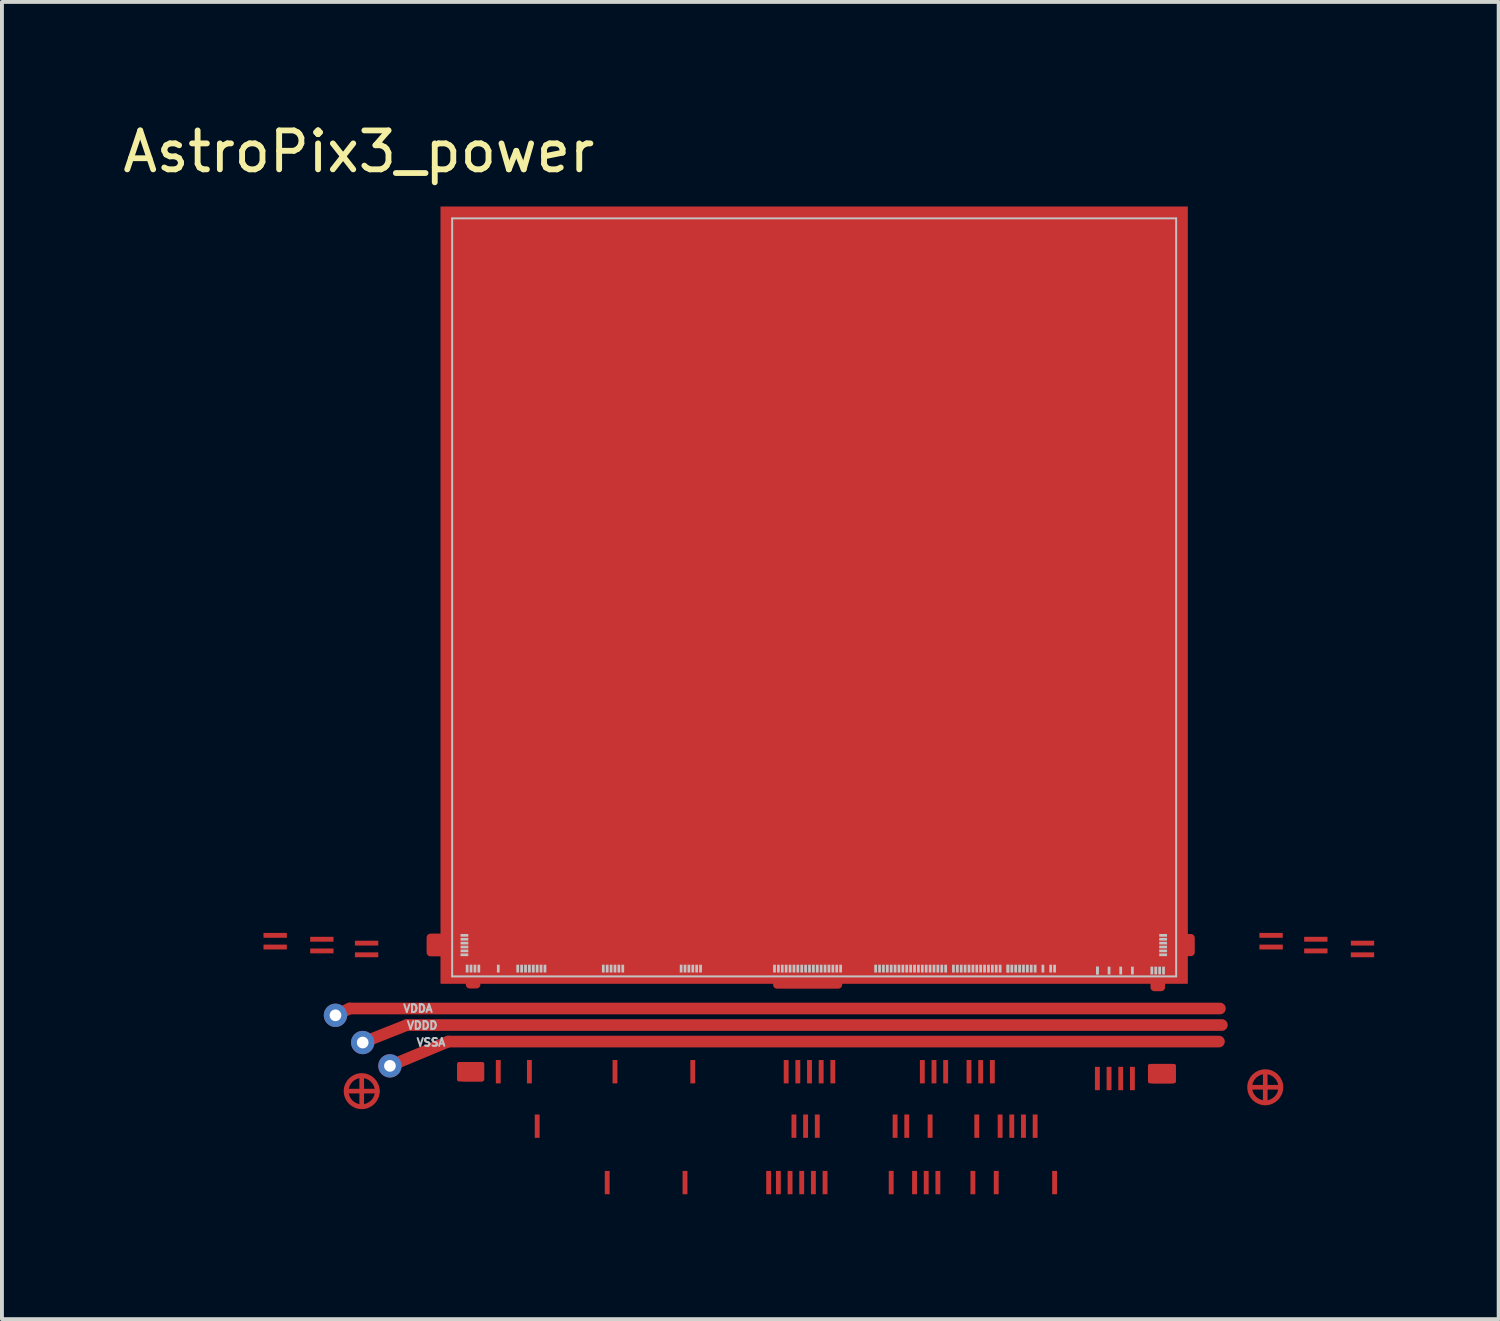
<source format=kicad_pcb>
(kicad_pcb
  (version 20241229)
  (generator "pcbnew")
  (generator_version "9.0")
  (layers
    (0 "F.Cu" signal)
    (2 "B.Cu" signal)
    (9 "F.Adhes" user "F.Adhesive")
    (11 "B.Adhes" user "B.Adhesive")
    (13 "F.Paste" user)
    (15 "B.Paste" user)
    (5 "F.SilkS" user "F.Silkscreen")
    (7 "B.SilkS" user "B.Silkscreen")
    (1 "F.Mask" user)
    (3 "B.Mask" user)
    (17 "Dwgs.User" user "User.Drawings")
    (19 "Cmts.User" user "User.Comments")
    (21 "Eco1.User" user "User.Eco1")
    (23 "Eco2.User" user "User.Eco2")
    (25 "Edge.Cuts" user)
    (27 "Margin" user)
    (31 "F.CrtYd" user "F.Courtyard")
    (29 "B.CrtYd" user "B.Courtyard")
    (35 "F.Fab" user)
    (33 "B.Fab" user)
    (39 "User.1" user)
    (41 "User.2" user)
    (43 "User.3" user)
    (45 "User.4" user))
  (footprint "AstroPix3_power"
    (layer "F.Cu")
    (at 8.573 22.048)
    (property "Reference" "AstroPix3_power" (at -2.4 -21.2 0) (layer "F.SilkS") (effects (font (size 1 1) (thickness 0.15))))
    (attr smd)
    (fp_line (start -3 1) (end -2.635 0.825) (stroke (width 0.3) (type solid)) (layer "F.Cu"))
    (fp_line (start -2.675 2.95) (end -1.925 2.95) (stroke (width 0.12) (type solid)) (layer "F.Cu"))
    (fp_line (start -2.635 0.825) (end 19.735 0.825) (stroke (width 0.3) (type solid)) (layer "F.Cu"))
    (fp_line (start -2.325 2.6) (end -2.325 3.35) (stroke (width 0.12) (type solid)) (layer "F.Cu"))
    (fp_line (start -2.3 1.7) (end -1.165 1.25) (stroke (width 0.3) (type solid)) (layer "F.Cu"))
    (fp_line (start -1.6 2.3) (end -0.1 1.675) (stroke (width 0.3) (type solid)) (layer "F.Cu"))
    (fp_line (start -1.165 1.25) (end 19.785 1.25) (stroke (width 0.3) (type solid)) (layer "F.Cu"))
    (fp_line (start -0.1 1.675) (end 19.71 1.675) (stroke (width 0.3) (type solid)) (layer "F.Cu"))
    (fp_line (start 11.225 -12.5) (end 11.975 -12.5) (stroke (width 0.12) (type solid)) (layer "F.Cu"))
    (fp_line (start 11.575 -12.85) (end 11.575 -12.1) (stroke (width 0.12) (type solid)) (layer "F.Cu"))
    (fp_line (start 20.55 2.85) (end 21.3 2.85) (stroke (width 0.12) (type solid)) (layer "F.Cu"))
    (fp_line (start 20.9 2.5) (end 20.9 3.25) (stroke (width 0.12) (type solid)) (layer "F.Cu"))
    (fp_rect (start -0.557 -1) (end -0.263 -0.615) (stroke (width 0.2) (type solid)) (fill yes) (layer "F.Cu"))
    (fp_rect (start 0.45 -0.115) (end 0.625 0.21) (stroke (width 0.2) (type solid)) (fill yes) (layer "F.Cu"))
    (fp_rect (start 8.35 -0.17) (end 9.925 0.215) (stroke (width 0.2) (type solid)) (fill yes) (layer "F.Cu"))
    (fp_rect (start 18.225 -0.105) (end 18.05 0.28) (stroke (width 0.2) (type solid)) (fill yes) (layer "F.Cu"))
    (fp_rect (start 18.988 -0.99) (end 18.262 -0.62) (stroke (width 0.2) (type solid)) (fill yes) (layer "F.Cu"))
    (fp_circle (center -2.325 2.95) (end -1.925 2.95) (stroke (width 0.125) (type solid)) (fill no) (layer "F.Cu"))
    (fp_circle (center 11.575 -12.5) (end 11.975 -12.5) (stroke (width 0.125) (type solid)) (fill no) (layer "F.Cu"))
    (fp_circle (center 20.9 2.85) (end 21.3 2.85) (stroke (width 0.125) (type solid)) (fill no) (layer "F.Cu"))
    (fp_poly (pts (xy 0.775 2.65) (xy 0.175 2.65) (xy 0.175 2.25) (xy 0.775 2.25)) (stroke (width 0.1) (type solid)) (fill yes) (layer "F.Cu"))
    (fp_poly (pts (xy 18.555 2.7) (xy 17.935 2.7) (xy 17.935 2.3) (xy 18.555 2.3)) (stroke (width 0.1) (type solid)) (fill yes) (layer "F.Cu"))
    (fp_rect (start 1.585 3.35) (end 15.34 4.35) (stroke (width 0.12) (type solid)) (fill yes) (layer "F.Mask"))
    (fp_rect (start 1.595 4.75) (end 15.76 5.75) (stroke (width 0.12) (type solid)) (fill yes) (layer "F.Mask"))
    (fp_circle (center -2.325 2.95) (end -1.95 2.95) (stroke (width 0.2) (type solid)) (fill yes) (layer "F.Mask"))
    (fp_circle (center 11.575 -12.5) (end 11.95 -12.5) (stroke (width 0.2) (type solid)) (fill no) (layer "F.Mask"))
    (fp_circle (center 20.9 2.85) (end 21.275 2.85) (stroke (width 0.2) (type solid)) (fill yes) (layer "F.Mask"))
    (fp_poly (pts (xy -1.8 -0.3) (xy -5 -0.3) (xy -5 -1.15) (xy -1.8 -1.15)) (stroke (width 0.1) (type solid)) (fill yes) (layer "F.Mask"))
    (fp_poly (pts (xy 19.85 2.9) (xy -1.15 2.9) (xy -1.15 -20.5) (xy 19.85 -20.5)) (stroke (width 0.1) (type solid)) (fill yes) (layer "F.Mask"))
    (fp_poly (pts (xy 23.85 -0.4) (xy 20.65 -0.4) (xy 20.65 -1.25) (xy 23.85 -1.25)) (stroke (width 0.1) (type solid)) (fill yes) (layer "F.Mask"))
    (fp_poly (pts (xy 11.8 -12.8) (xy 11.95 -12.55) (xy 11.825 -12.2) (xy 11.35 -12.175) (xy 11.2 -12.625) (xy 11.525 -12.875) (xy 11.55 -12.875)) (stroke (width 0.1) (type solid)) (fill yes) (layer "F.Mask"))
    (fp_line (start 0 -19.485) (end 0 0) (stroke (width 0.05) (type solid)) (layer "Dwgs.User"))
    (fp_line (start 18.61 -19.485) (end 0 -19.485) (stroke (width 0.05) (type solid)) (layer "Dwgs.User"))
    (fp_line (start 18.61 -19.485) (end 18.61 0) (stroke (width 0.05) (type solid)) (layer "Dwgs.User"))
    (fp_line (start 18.61 0) (end 0 0) (stroke (width 0.05) (type solid)) (layer "Dwgs.User"))
    (fp_text user "VSSA" (at -0.545 1.695 0) (unlocked yes) (layer "Dwgs.User") (effects (font (size 0.2 0.2) (thickness 0.05))))
    (fp_text user "VDDD" (at -0.77 1.26 0) (unlocked yes) (layer "Dwgs.User") (effects (font (size 0.2 0.2) (thickness 0.05))))
    (fp_text user "VDDA" (at -0.88 0.825 0) (unlocked yes) (layer "Dwgs.User") (effects (font (size 0.2 0.2) (thickness 0.05))))
    (pad "" smd rect (at 0.315 -1.055 90) (size 0.07 0.2) (layers "Dwgs.User"))
    (pad "" smd rect (at 0.315 -0.955 90) (size 0.07 0.2) (layers "Dwgs.User"))
    (pad "" smd rect (at 0.315 -0.855 90) (size 0.07 0.2) (layers "Dwgs.User"))
    (pad "" smd rect (at 0.315 -0.755 90) (size 0.07 0.2) (layers "Dwgs.User"))
    (pad "" smd rect (at 0.315 -0.655 90) (size 0.07 0.2) (layers "Dwgs.User"))
    (pad "" smd rect (at 0.315 -0.555 90) (size 0.07 0.2) (layers "Dwgs.User"))
    (pad "" smd rect (at 0.385 -0.2) (size 0.07 0.2) (layers "Dwgs.User"))
    (pad "" smd rect (at 0.485 -0.2) (size 0.07 0.2) (layers "Dwgs.User"))
    (pad "" smd rect (at 0.585 -0.2) (size 0.07 0.2) (layers "Dwgs.User"))
    (pad "" smd rect (at 0.685 -0.2) (size 0.07 0.2) (layers "Dwgs.User"))
    (pad "" smd rect (at 1.185 -0.2) (size 0.07 0.2) (layers "Dwgs.User"))
    (pad "" smd rect (at 1.685 -0.2) (size 0.07 0.2) (layers "Dwgs.User"))
    (pad "" smd rect (at 1.785 -0.2) (size 0.07 0.2) (layers "Dwgs.User"))
    (pad "" smd rect (at 1.885 -0.2) (size 0.07 0.2) (layers "Dwgs.User"))
    (pad "" smd rect (at 1.985 -0.2) (size 0.07 0.2) (layers "Dwgs.User"))
    (pad "" smd rect (at 2.085 -0.2) (size 0.07 0.2) (layers "Dwgs.User"))
    (pad "" smd rect (at 2.185 -0.2) (size 0.07 0.2) (layers "Dwgs.User"))
    (pad "" smd rect (at 2.285 -0.2) (size 0.07 0.2) (layers "Dwgs.User"))
    (pad "" smd rect (at 2.385 -0.2) (size 0.07 0.2) (layers "Dwgs.User"))
    (pad "" smd rect (at 3.885 -0.2) (size 0.07 0.2) (layers "Dwgs.User"))
    (pad "" smd rect (at 3.985 -0.2) (size 0.07 0.2) (layers "Dwgs.User"))
    (pad "" smd rect (at 4.085 -0.2) (size 0.07 0.2) (layers "Dwgs.User"))
    (pad "" smd rect (at 4.185 -0.2) (size 0.07 0.2) (layers "Dwgs.User"))
    (pad "" smd rect (at 4.285 -0.2) (size 0.07 0.2) (layers "Dwgs.User"))
    (pad "" smd rect (at 4.385 -0.2) (size 0.07 0.2) (layers "Dwgs.User"))
    (pad "" smd rect (at 5.885 -0.2) (size 0.07 0.2) (layers "Dwgs.User"))
    (pad "" smd rect (at 5.985 -0.2) (size 0.07 0.2) (layers "Dwgs.User"))
    (pad "" smd rect (at 6.085 -0.2) (size 0.07 0.2) (layers "Dwgs.User"))
    (pad "" smd rect (at 6.185 -0.2) (size 0.07 0.2) (layers "Dwgs.User"))
    (pad "" smd rect (at 6.285 -0.2) (size 0.07 0.2) (layers "Dwgs.User"))
    (pad "" smd rect (at 6.385 -0.2) (size 0.07 0.2) (layers "Dwgs.User"))
    (pad "" smd rect (at 8.285 -0.2) (size 0.07 0.2) (layers "Dwgs.User"))
    (pad "" smd rect (at 8.385 -0.2) (size 0.07 0.2) (layers "Dwgs.User"))
    (pad "" smd rect (at 8.485 -0.2) (size 0.07 0.2) (layers "Dwgs.User"))
    (pad "" smd rect (at 8.585 -0.2) (size 0.07 0.2) (layers "Dwgs.User"))
    (pad "" smd rect (at 8.685 -0.2) (size 0.07 0.2) (layers "Dwgs.User"))
    (pad "" smd rect (at 8.785 -0.2) (size 0.07 0.2) (layers "Dwgs.User"))
    (pad "" smd rect (at 8.885 -0.2) (size 0.07 0.2) (layers "Dwgs.User"))
    (pad "" smd rect (at 8.985 -0.2) (size 0.07 0.2) (layers "Dwgs.User"))
    (pad "" smd rect (at 9.085 -0.2) (size 0.07 0.2) (layers "Dwgs.User"))
    (pad "" smd rect (at 9.185 -0.2) (size 0.07 0.2) (layers "Dwgs.User"))
    (pad "" smd rect (at 9.285 -0.2) (size 0.07 0.2) (layers "Dwgs.User"))
    (pad "" smd rect (at 9.385 -0.2) (size 0.07 0.2) (layers "Dwgs.User"))
    (pad "" smd rect (at 9.485 -0.2) (size 0.07 0.2) (layers "Dwgs.User"))
    (pad "" smd rect (at 9.585 -0.2) (size 0.07 0.2) (layers "Dwgs.User"))
    (pad "" smd rect (at 9.685 -0.2) (size 0.07 0.2) (layers "Dwgs.User"))
    (pad "" smd rect (at 9.785 -0.2) (size 0.07 0.2) (layers "Dwgs.User"))
    (pad "" smd rect (at 9.885 -0.2) (size 0.07 0.2) (layers "Dwgs.User"))
    (pad "" smd rect (at 9.985 -0.2) (size 0.07 0.2) (layers "Dwgs.User"))
    (pad "" smd rect (at 10.885 -0.2) (size 0.07 0.2) (layers "Dwgs.User"))
    (pad "" smd rect (at 10.985 -0.2) (size 0.07 0.2) (layers "Dwgs.User"))
    (pad "" smd rect (at 11.085 -0.2) (size 0.07 0.2) (layers "Dwgs.User"))
    (pad "" smd rect (at 11.185 -0.2) (size 0.07 0.2) (layers "Dwgs.User"))
    (pad "" smd rect (at 11.285 -0.2) (size 0.07 0.2) (layers "Dwgs.User"))
    (pad "" smd rect (at 11.385 -0.2) (size 0.07 0.2) (layers "Dwgs.User"))
    (pad "" smd rect (at 11.485 -0.2) (size 0.07 0.2) (layers "Dwgs.User"))
    (pad "" smd rect (at 11.585 -0.2) (size 0.07 0.2) (layers "Dwgs.User"))
    (pad "" smd rect (at 11.685 -0.2) (size 0.07 0.2) (layers "Dwgs.User"))
    (pad "" smd rect (at 11.785 -0.2) (size 0.07 0.2) (layers "Dwgs.User"))
    (pad "" smd rect (at 11.885 -0.2) (size 0.07 0.2) (layers "Dwgs.User"))
    (pad "" smd rect (at 11.985 -0.2) (size 0.07 0.2) (layers "Dwgs.User"))
    (pad "" smd rect (at 12.085 -0.2) (size 0.07 0.2) (layers "Dwgs.User"))
    (pad "" smd rect (at 12.185 -0.2) (size 0.07 0.2) (layers "Dwgs.User"))
    (pad "" smd rect (at 12.285 -0.2) (size 0.07 0.2) (layers "Dwgs.User"))
    (pad "" smd rect (at 12.385 -0.2) (size 0.07 0.2) (layers "Dwgs.User"))
    (pad "" smd rect (at 12.485 -0.2) (size 0.07 0.2) (layers "Dwgs.User"))
    (pad "" smd rect (at 12.585 -0.2) (size 0.07 0.2) (layers "Dwgs.User"))
    (pad "" smd rect (at 12.685 -0.2) (size 0.07 0.2) (layers "Dwgs.User"))
    (pad "" smd rect (at 12.885 -0.2) (size 0.07 0.2) (layers "Dwgs.User"))
    (pad "" smd rect (at 12.985 -0.2) (size 0.07 0.2) (layers "Dwgs.User"))
    (pad "" smd rect (at 13.085 -0.2) (size 0.07 0.2) (layers "Dwgs.User"))
    (pad "" smd rect (at 13.185 -0.2) (size 0.07 0.2) (layers "Dwgs.User"))
    (pad "" smd rect (at 13.285 -0.2) (size 0.07 0.2) (layers "Dwgs.User"))
    (pad "" smd rect (at 13.385 -0.2) (size 0.07 0.2) (layers "Dwgs.User"))
    (pad "" smd rect (at 13.485 -0.2) (size 0.07 0.2) (layers "Dwgs.User"))
    (pad "" smd rect (at 13.585 -0.2) (size 0.07 0.2) (layers "Dwgs.User"))
    (pad "" smd rect (at 13.685 -0.2) (size 0.07 0.2) (layers "Dwgs.User"))
    (pad "" smd rect (at 13.785 -0.2) (size 0.07 0.2) (layers "Dwgs.User"))
    (pad "" smd rect (at 13.885 -0.2) (size 0.07 0.2) (layers "Dwgs.User"))
    (pad "" smd rect (at 13.985 -0.2) (size 0.07 0.2) (layers "Dwgs.User"))
    (pad "" smd rect (at 14.085 -0.2) (size 0.07 0.2) (layers "Dwgs.User"))
    (pad "" smd rect (at 14.285 -0.2) (size 0.07 0.2) (layers "Dwgs.User"))
    (pad "" smd rect (at 14.285 -0.2) (size 0.07 0.2) (layers "Dwgs.User"))
    (pad "" smd rect (at 14.385 -0.2) (size 0.07 0.2) (layers "Dwgs.User"))
    (pad "" smd rect (at 14.485 -0.2) (size 0.07 0.2) (layers "Dwgs.User"))
    (pad "" smd rect (at 14.585 -0.2) (size 0.07 0.2) (layers "Dwgs.User"))
    (pad "" smd rect (at 14.685 -0.2) (size 0.07 0.2) (layers "Dwgs.User"))
    (pad "" smd rect (at 14.785 -0.2) (size 0.07 0.2) (layers "Dwgs.User"))
    (pad "" smd rect (at 14.885 -0.2) (size 0.07 0.2) (layers "Dwgs.User"))
    (pad "" smd rect (at 14.985 -0.2) (size 0.07 0.2) (layers "Dwgs.User"))
    (pad "" smd rect (at 15.185 -0.2) (size 0.07 0.2) (layers "Dwgs.User"))
    (pad "" smd rect (at 15.385 -0.2) (size 0.07 0.2) (layers "Dwgs.User"))
    (pad "" smd rect (at 15.485 -0.2) (size 0.07 0.2) (layers "Dwgs.User"))
    (pad "" smd rect (at 16.585 -0.15) (size 0.07 0.2) (layers "Dwgs.User"))
    (pad "" smd rect (at 16.585 -0.15) (size 0.07 0.2) (layers "Dwgs.User"))
    (pad "" smd rect (at 16.885 -0.15) (size 0.07 0.2) (layers "Dwgs.User"))
    (pad "" smd rect (at 17.185 -0.15) (size 0.07 0.2) (layers "Dwgs.User"))
    (pad "" smd rect (at 17.485 -0.15) (size 0.07 0.2) (layers "Dwgs.User"))
    (pad "" smd rect (at 17.985 -0.15) (size 0.07 0.2) (layers "Dwgs.User"))
    (pad "" smd rect (at 18.085 -0.15) (size 0.07 0.2) (layers "Dwgs.User"))
    (pad "" smd rect (at 18.185 -0.15) (size 0.07 0.2) (layers "Dwgs.User"))
    (pad "" smd rect (at 18.275 -1.055 90) (size 0.07 0.2) (layers "Dwgs.User"))
    (pad "" smd rect (at 18.275 -0.955 90) (size 0.07 0.2) (layers "Dwgs.User"))
    (pad "" smd rect (at 18.275 -0.855 90) (size 0.07 0.2) (layers "Dwgs.User"))
    (pad "" smd rect (at 18.275 -0.755 90) (size 0.07 0.2) (layers "Dwgs.User"))
    (pad "" smd rect (at 18.275 -0.655 90) (size 0.07 0.2) (layers "Dwgs.User"))
    (pad "" smd rect (at 18.275 -0.555 90) (size 0.07 0.2) (layers "Dwgs.User"))
    (pad "" smd rect (at 18.285 -0.15) (size 0.07 0.2) (layers "Dwgs.User"))
    (pad "B0" smd rect (at 9.305 -9.8) (size 19.21 19.98) (layers "F.Cu" "F.Mask" "F.Paste"))
    (pad "B1" smd rect (at 0.325 2.45) (size 0.125 0.5) (layers "F.Cu" "F.Mask" "F.Paste"))
    (pad "B2" smd rect (at 0.45 2.45) (size 0.125 0.5) (layers "F.Cu" "F.Mask" "F.Paste"))
    (pad "B3" smd rect (at 0.575 2.45) (size 0.125 0.5) (layers "F.Cu" "F.Mask" "F.Paste"))
    (pad "B4" smd rect (at 0.71 2.45) (size 0.125 0.5) (layers "F.Cu" "F.Mask" "F.Paste"))
    (pad "B5" smd rect (at 1.185 2.45) (size 0.125 0.6) (layers "F.Cu" "F.Mask" "F.Paste"))
    (pad "B6" smd rect (at 1.685 1.6) (size 0.1 0.1) (layers "F.Cu" "F.Mask" "F.Paste"))
    (pad "B7" smd rect (at 1.785 1.6) (size 0.1 0.1) (layers "F.Cu" "F.Mask" "F.Paste"))
    (pad "B8" smd rect (at 1.885 0.8) (size 0.1 0.1) (layers "F.Cu" "F.Mask" "F.Paste"))
    (pad "B9" smd rect (at 1.985 2.45) (size 0.125 0.6) (layers "F.Cu" "F.Mask" "F.Paste"))
    (pad "B10" smd rect (at 2.085 0.8) (size 0.1 0.1) (layers "F.Cu" "F.Mask" "F.Paste"))
    (pad "B11" smd rect (at 2.185 3.85) (size 0.125 0.6) (layers "F.Cu" "F.Mask" "F.Paste"))
    (pad "B12" smd rect (at 2.285 1.6) (size 0.1 0.1) (layers "F.Cu" "F.Mask" "F.Paste"))
    (pad "B13" smd rect (at 2.385 1.6) (size 0.1 0.1) (layers "F.Cu" "F.Mask" "F.Paste"))
    (pad "B14" smd rect (at 3.885 0.8) (size 0.1 0.1) (layers "F.Cu" "F.Mask" "F.Paste"))
    (pad "B15" smd rect (at 3.985 5.3) (size 0.125 0.6) (layers "F.Cu" "F.Mask" "F.Paste"))
    (pad "B16" smd rect (at 4.085 0.8) (size 0.1 0.1) (layers "F.Cu" "F.Mask" "F.Paste"))
    (pad "B17" smd rect (at 4.185 2.45) (size 0.125 0.6) (layers "F.Cu" "F.Mask" "F.Paste"))
    (pad "B18" smd rect (at 4.285 1.6) (size 0.1 0.1) (layers "F.Cu" "F.Mask" "F.Paste"))
    (pad "B19" smd rect (at 4.385 1.6) (size 0.1 0.1) (layers "F.Cu" "F.Mask" "F.Paste"))
    (pad "B20" smd rect (at 5.885 0.8) (size 0.1 0.1) (layers "F.Cu" "F.Mask" "F.Paste"))
    (pad "B21" smd rect (at 5.985 5.3) (size 0.125 0.6) (layers "F.Cu" "F.Mask" "F.Paste"))
    (pad "B22" smd rect (at 6.085 0.8) (size 0.1 0.1) (layers "F.Cu" "F.Mask" "F.Paste"))
    (pad "B23" smd rect (at 6.185 2.45) (size 0.125 0.6) (layers "F.Cu" "F.Mask" "F.Paste"))
    (pad "B24" smd rect (at 6.285 1.6) (size 0.1 0.1) (layers "F.Cu" "F.Mask" "F.Paste"))
    (pad "B25" smd rect (at 6.385 1.6) (size 0.1 0.1) (layers "F.Cu" "F.Mask" "F.Paste"))
    (pad "B26" smd rect (at 8.135 5.3) (size 0.125 0.6) (layers "F.Cu" "F.Mask" "F.Paste"))
    (pad "B27" smd rect (at 8.385 5.3) (size 0.125 0.6) (layers "F.Cu" "F.Mask" "F.Paste"))
    (pad "B28" smd rect (at 8.485 1.2) (size 0.1 0.1) (layers "F.Cu" "F.Mask" "F.Paste"))
    (pad "B29" smd rect (at 8.585 2.45) (size 0.125 0.6) (layers "F.Cu" "F.Mask" "F.Paste"))
    (pad "B30" smd rect (at 8.685 5.3) (size 0.125 0.6) (layers "F.Cu" "F.Mask" "F.Paste"))
    (pad "B31" smd rect (at 8.785 3.85) (size 0.125 0.6) (layers "F.Cu" "F.Mask" "F.Paste"))
    (pad "B32" smd rect (at 8.885 2.45) (size 0.125 0.6) (layers "F.Cu" "F.Mask" "F.Paste"))
    (pad "B33" smd rect (at 8.985 5.3) (size 0.125 0.6) (layers "F.Cu" "F.Mask" "F.Paste"))
    (pad "B34" smd rect (at 9.085 3.85) (size 0.125 0.6) (layers "F.Cu" "F.Mask" "F.Paste"))
    (pad "B35" smd rect (at 9.185 2.45) (size 0.125 0.6) (layers "F.Cu" "F.Mask" "F.Paste"))
    (pad "B36" smd rect (at 9.285 5.3) (size 0.125 0.6) (layers "F.Cu" "F.Mask" "F.Paste"))
    (pad "B37" smd rect (at 9.385 3.85) (size 0.125 0.6) (layers "F.Cu" "F.Mask" "F.Paste"))
    (pad "B38" smd rect (at 9.485 2.45) (size 0.125 0.6) (layers "F.Cu" "F.Mask" "F.Paste"))
    (pad "B39" smd rect (at 9.585 5.3) (size 0.125 0.6) (layers "F.Cu" "F.Mask" "F.Paste"))
    (pad "B40" smd rect (at 9.685 1.2) (size 0.1 0.1) (layers "F.Cu" "F.Mask" "F.Paste"))
    (pad "B41" smd rect (at 9.785 2.45) (size 0.125 0.6) (layers "F.Cu" "F.Mask" "F.Paste"))
    (pad "B44" smd rect (at 10.885 1.6) (size 0.1 0.1) (layers "F.Cu" "F.Mask" "F.Paste"))
    (pad "B45" smd rect (at 10.985 1.6) (size 0.1 0.1) (layers "F.Cu" "F.Mask" "F.Paste"))
    (pad "B46" smd rect (at 11.085 0.8) (size 0.1 0.1) (layers "F.Cu" "F.Mask" "F.Paste"))
    (pad "B47" smd rect (at 11.185 0.8) (size 0.1 0.1) (layers "F.Cu" "F.Mask" "F.Paste"))
    (pad "B48" smd rect (at 11.285 5.3) (size 0.125 0.6) (layers "F.Cu" "F.Mask" "F.Paste"))
    (pad "B49" smd rect (at 11.385 3.85) (size 0.125 0.6) (layers "F.Cu" "F.Mask" "F.Paste"))
    (pad "B52" smd rect (at 11.685 3.85) (size 0.125 0.6) (layers "F.Cu" "F.Mask" "F.Paste"))
    (pad "B54" smd rect (at 11.885 5.3) (size 0.125 0.6) (layers "F.Cu" "F.Mask" "F.Paste"))
    (pad "B55" smd rect (at 11.985 0.8) (size 0.1 0.1) (layers "F.Cu" "F.Mask" "F.Paste"))
    (pad "B56" smd rect (at 12.085 2.45) (size 0.125 0.6) (layers "F.Cu" "F.Mask" "F.Paste"))
    (pad "B57" smd rect (at 12.185 5.3) (size 0.125 0.6) (layers "F.Cu" "F.Mask" "F.Paste"))
    (pad "B58" smd rect (at 12.285 3.85) (size 0.125 0.6) (layers "F.Cu" "F.Mask" "F.Paste"))
    (pad "B59" smd rect (at 12.385 2.45) (size 0.125 0.6) (layers "F.Cu" "F.Mask" "F.Paste"))
    (pad "B60" smd rect (at 12.485 5.3) (size 0.125 0.6) (layers "F.Cu" "F.Mask" "F.Paste"))
    (pad "B61" smd rect (at 12.585 0.8) (size 0.1 0.1) (layers "F.Cu" "F.Mask" "F.Paste"))
    (pad "B62" smd rect (at 12.685 2.45) (size 0.125 0.6) (layers "F.Cu" "F.Mask" "F.Paste"))
    (pad "B65" smd rect (at 13.085 1.6) (size 0.1 0.1) (layers "F.Cu" "F.Mask" "F.Paste"))
    (pad "B66" smd rect (at 13.185 0.8) (size 0.1 0.1) (layers "F.Cu" "F.Mask" "F.Paste"))
    (pad "B67" smd rect (at 13.285 2.45) (size 0.125 0.6) (layers "F.Cu" "F.Mask" "F.Paste"))
    (pad "B68" smd rect (at 13.385 5.3) (size 0.125 0.6) (layers "F.Cu" "F.Mask" "F.Paste"))
    (pad "B69" smd rect (at 13.485 3.85) (size 0.125 0.6) (layers "F.Cu" "F.Mask" "F.Paste"))
    (pad "B70" smd rect (at 13.585 2.45) (size 0.125 0.6) (layers "F.Cu" "F.Mask" "F.Paste"))
    (pad "B72" smd rect (at 13.785 0.8) (size 0.1 0.1) (layers "F.Cu" "F.Mask" "F.Paste"))
    (pad "B73" smd rect (at 13.885 2.45) (size 0.125 0.6) (layers "F.Cu" "F.Mask" "F.Paste"))
    (pad "B74" smd rect (at 13.985 5.3) (size 0.125 0.6) (layers "F.Cu" "F.Mask" "F.Paste"))
    (pad "B75" smd rect (at 14.085 3.85) (size 0.125 0.6) (layers "F.Cu" "F.Mask" "F.Paste"))
    (pad "B77" smd rect (at 14.385 3.85) (size 0.125 0.6) (layers "F.Cu" "F.Mask" "F.Paste"))
    (pad "B78" smd rect (at 14.485 1.6) (size 0.1 0.1) (layers "F.Cu" "F.Mask" "F.Paste"))
    (pad "B79" smd rect (at 14.585 0.8) (size 0.1 0.1) (layers "F.Cu" "F.Mask" "F.Paste"))
    (pad "B80" smd rect (at 14.685 3.85) (size 0.125 0.6) (layers "F.Cu" "F.Mask" "F.Paste"))
    (pad "B81" smd rect (at 14.785 1.6) (size 0.1 0.1) (layers "F.Cu" "F.Mask" "F.Paste"))
    (pad "B82" smd rect (at 14.885 0.8) (size 0.1 0.1) (layers "F.Cu" "F.Mask" "F.Paste"))
    (pad "B83" smd rect (at 14.985 3.85) (size 0.125 0.6) (layers "F.Cu" "F.Mask" "F.Paste"))
    (pad "B85" smd rect (at 15.385 1.2) (size 0.1 0.1) (layers "F.Cu" "F.Mask" "F.Paste"))
    (pad "B86" smd rect (at 15.485 5.3) (size 0.125 0.6) (layers "F.Cu" "F.Mask" "F.Paste"))
    (pad "B87" smd rect (at 16.585 2.625) (size 0.125 0.6) (layers "F.Cu" "F.Mask" "F.Paste"))
    (pad "B88" smd rect (at 16.885 2.625) (size 0.125 0.6) (layers "F.Cu" "F.Mask" "F.Paste"))
    (pad "B89" smd rect (at 17.185 2.625) (size 0.125 0.6) (layers "F.Cu" "F.Mask" "F.Paste"))
    (pad "B90" smd rect (at 17.485 2.625) (size 0.125 0.6) (layers "F.Cu" "F.Mask" "F.Paste"))
    (pad "B91" smd rect (at 18.065 2.5) (size 0.125 0.5) (layers "F.Cu" "F.Mask" "F.Paste"))
    (pad "B92" smd rect (at 18.19 2.5) (size 0.125 0.5) (layers "F.Cu" "F.Mask" "F.Paste"))
    (pad "B93" smd rect (at 18.315 2.5) (size 0.125 0.5) (layers "F.Cu" "F.Mask" "F.Paste"))
    (pad "B94" smd rect (at 18.45 2.5) (size 0.125 0.5) (layers "F.Cu" "F.Mask" "F.Paste"))
    (pad "L1" smd rect (at -4.55 -1.055 270) (size 0.125 0.6) (layers "F.Cu" "F.Mask" "F.Paste"))
    (pad "L2" smd rect (at -3.35 -0.955 270) (size 0.125 0.6) (layers "F.Cu" "F.Mask" "F.Paste"))
    (pad "L3" smd rect (at -2.2 -0.855 270) (size 0.125 0.6) (layers "F.Cu" "F.Mask" "F.Paste"))
    (pad "L4" smd rect (at -4.55 -0.755 270) (size 0.125 0.6) (layers "F.Cu" "F.Mask" "F.Paste"))
    (pad "L5" smd rect (at -3.35 -0.655 270) (size 0.125 0.6) (layers "F.Cu" "F.Mask" "F.Paste"))
    (pad "L6" smd rect (at -2.2 -0.555 270) (size 0.125 0.6) (layers "F.Cu" "F.Mask" "F.Paste"))
    (pad "R1" smd rect (at 23.4 -0.555 90) (size 0.125 0.6) (layers "F.Cu" "F.Mask" "F.Paste"))
    (pad "R2" smd rect (at 22.2 -0.655 90) (size 0.125 0.6) (layers "F.Cu" "F.Mask" "F.Paste"))
    (pad "R3" smd rect (at 21.05 -0.755 90) (size 0.125 0.6) (layers "F.Cu" "F.Mask" "F.Paste"))
    (pad "R4" smd rect (at 23.4 -0.855 90) (size 0.125 0.6) (layers "F.Cu" "F.Mask" "F.Paste"))
    (pad "R5" smd rect (at 22.2 -0.955 90) (size 0.125 0.6) (layers "F.Cu" "F.Mask" "F.Paste"))
    (pad "R6" smd rect (at 21.05 -1.055 90) (size 0.125 0.6) (layers "F.Cu" "F.Mask" "F.Paste"))
    (pad "VDDA_Ring" thru_hole circle (at -3 1) (size 0.6 0.6) (drill 0.3) (layers "*.Cu" "*.Mask"))
    (pad "VDDD_Ring" thru_hole circle (at -2.3 1.7) (size 0.6 0.6) (drill 0.3) (layers "*.Cu" "*.Mask"))
    (pad "VSSA_Ring" thru_hole circle (at -1.6 2.3) (size 0.6 0.6) (drill 0.3) (layers "*.Cu" "*.Mask")))
  (gr_rect
    (start -3 -3)
    (end 35.473 30.858)
    (stroke (width 0.1) (type default))
    (fill no)
    (layer "Edge.Cuts")))
</source>
